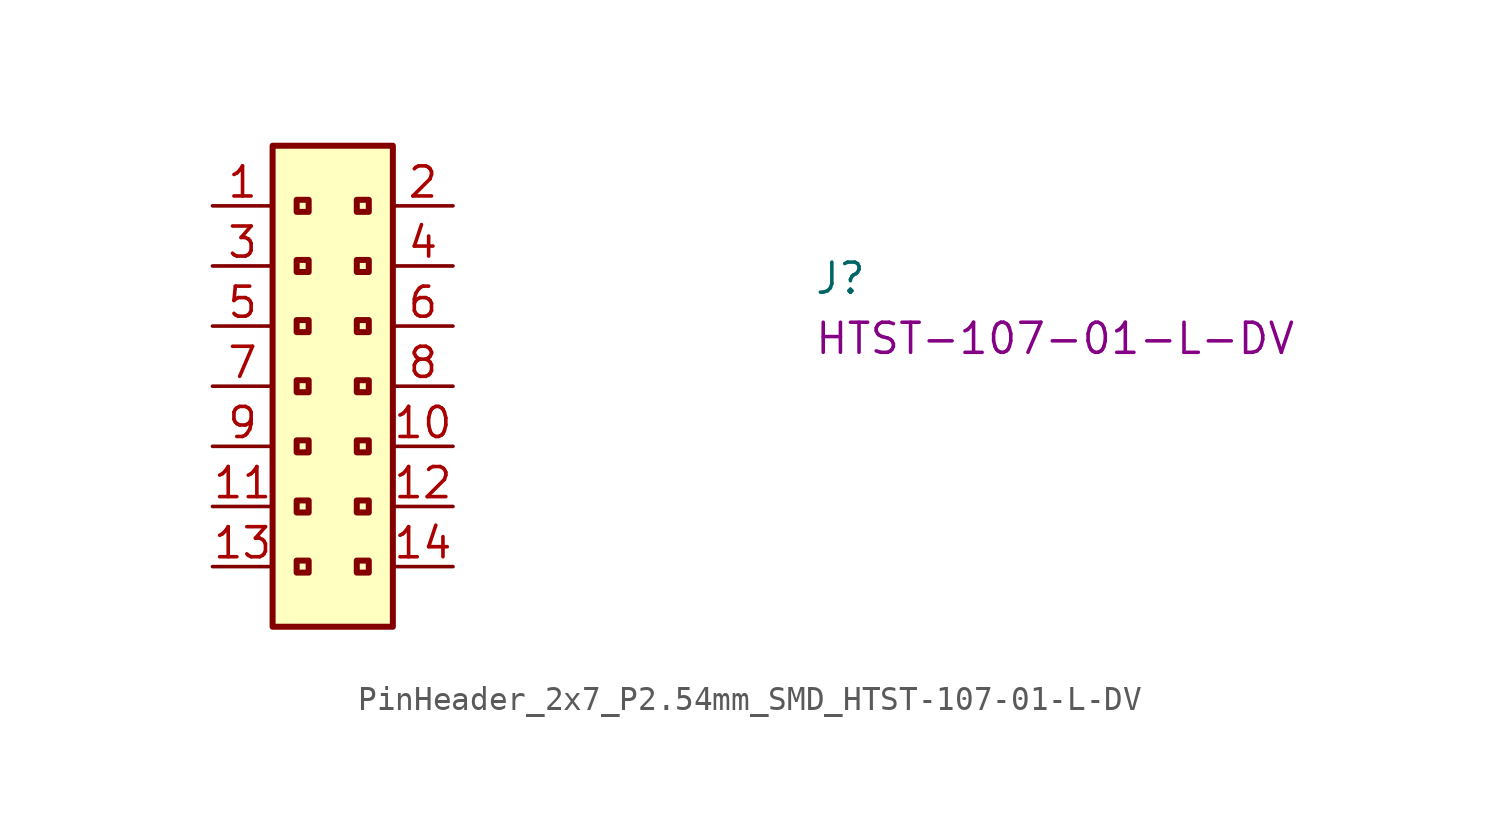
<source format=kicad_sym>
(kicad_symbol_lib
  (version 20220914)
  (generator kicad_symbol_editor)
  (symbol "PinHeader_2x7_P2.54mm_SMD_HTST-107-01-L-DV"
    (property "Reference" "J"
      (at 25.4 -3.81 0)
      (effects (font (size 1.27 1.27) (thickness 0.15)) (justify left bottom)))
    (property "MPN" "HTST-107-01-L-DV"
      (at 25.4 -6.35 0)
      (effects (font (size 1.27 1.27) (thickness 0.15)) (justify left bottom)))
    (symbol "PinHeader_2x7_P2.54mm_SMD_HTST-107-01-L-DV_1_1"
      (rectangle (start 2.54 2.54) (end 7.62 -17.78) (stroke (width 0.254) (type default)) (fill (type background)))
      (rectangle (start 3.556 -14.986) (end 4.064 -15.494) (stroke (width 0.254) (type default)) (fill (type background)))
      (rectangle (start 3.556 -12.446) (end 4.064 -12.954) (stroke (width 0.254) (type default)) (fill (type background)))
      (rectangle (start 3.556 -9.906) (end 4.064 -10.414) (stroke (width 0.254) (type default)) (fill (type background)))
      (rectangle (start 3.556 -7.366) (end 4.064 -7.874) (stroke (width 0.254) (type default)) (fill (type background)))
      (rectangle (start 3.556 -4.826) (end 4.064 -5.334) (stroke (width 0.254) (type default)) (fill (type background)))
      (rectangle (start 3.556 -2.286) (end 4.064 -2.794) (stroke (width 0.254) (type default)) (fill (type background)))
      (rectangle (start 3.556 0.254) (end 4.064 -0.254) (stroke (width 0.254) (type default)) (fill (type background)))
      (rectangle (start 6.096 -14.986) (end 6.604 -15.494) (stroke (width 0.254) (type default)) (fill (type background)))
      (rectangle (start 6.096 -12.446) (end 6.604 -12.954) (stroke (width 0.254) (type default)) (fill (type background)))
      (rectangle (start 6.096 -9.906) (end 6.604 -10.414) (stroke (width 0.254) (type default)) (fill (type background)))
      (rectangle (start 6.096 -7.366) (end 6.604 -7.874) (stroke (width 0.254) (type default)) (fill (type background)))
      (rectangle (start 6.096 -4.826) (end 6.604 -5.334) (stroke (width 0.254) (type default)) (fill (type background)))
      (rectangle (start 6.096 -2.286) (end 6.604 -2.794) (stroke (width 0.254) (type default)) (fill (type background)))
      (rectangle (start 6.096 0.254) (end 6.604 -0.254) (stroke (width 0.254) (type default)) (fill (type background)))
      (pin passive line (at 0 0 0) (length 2.54) (name "~" (effects (font (size 1.27 1.27)))) (number "1" (effects (font (size 1.27 1.27)))))
      (pin passive line (at 10.16 -10.16 180) (length 2.54) (name "~" (effects (font (size 1.27 1.27)))) (number "10" (effects (font (size 1.27 1.27)))))
      (pin passive line (at 0 -12.7 0) (length 2.54) (name "~" (effects (font (size 1.27 1.27)))) (number "11" (effects (font (size 1.27 1.27)))))
      (pin passive line (at 10.16 -12.7 180) (length 2.54) (name "~" (effects (font (size 1.27 1.27)))) (number "12" (effects (font (size 1.27 1.27)))))
      (pin passive line (at 0 -15.24 0) (length 2.54) (name "~" (effects (font (size 1.27 1.27)))) (number "13" (effects (font (size 1.27 1.27)))))
      (pin passive line (at 10.16 -15.24 180) (length 2.54) (name "~" (effects (font (size 1.27 1.27)))) (number "14" (effects (font (size 1.27 1.27)))))
      (pin passive line (at 10.16 0 180) (length 2.54) (name "~" (effects (font (size 1.27 1.27)))) (number "2" (effects (font (size 1.27 1.27)))))
      (pin passive line (at 0 -2.54 0) (length 2.54) (name "~" (effects (font (size 1.27 1.27)))) (number "3" (effects (font (size 1.27 1.27)))))
      (pin passive line (at 10.16 -2.54 180) (length 2.54) (name "~" (effects (font (size 1.27 1.27)))) (number "4" (effects (font (size 1.27 1.27)))))
      (pin passive line (at 0 -5.08 0) (length 2.54) (name "~" (effects (font (size 1.27 1.27)))) (number "5" (effects (font (size 1.27 1.27)))))
      (pin passive line (at 10.16 -5.08 180) (length 2.54) (name "~" (effects (font (size 1.27 1.27)))) (number "6" (effects (font (size 1.27 1.27)))))
      (pin passive line (at 0 -7.62 0) (length 2.54) (name "~" (effects (font (size 1.27 1.27)))) (number "7" (effects (font (size 1.27 1.27)))))
      (pin passive line (at 10.16 -7.62 180) (length 2.54) (name "~" (effects (font (size 1.27 1.27)))) (number "8" (effects (font (size 1.27 1.27)))))
      (pin passive line (at 0 -10.16 0) (length 2.54) (name "~" (effects (font (size 1.27 1.27)))) (number "9" (effects (font (size 1.27 1.27))))))))
</source>
